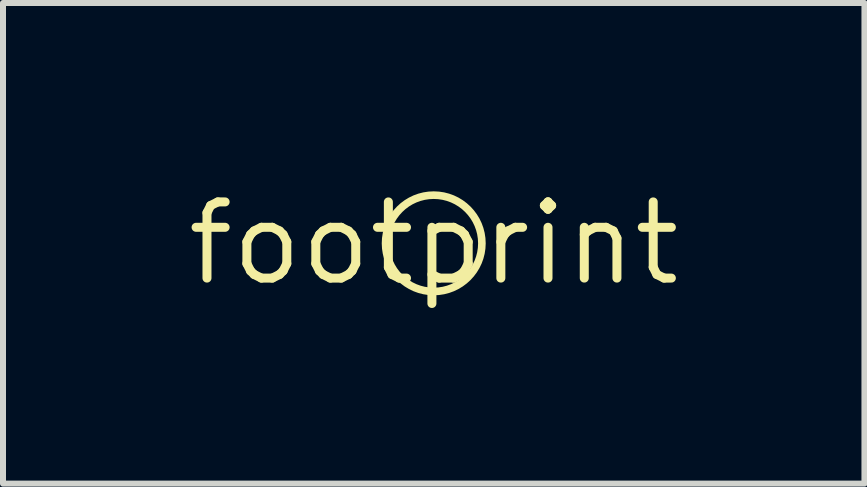
<source format=kicad_pcb>
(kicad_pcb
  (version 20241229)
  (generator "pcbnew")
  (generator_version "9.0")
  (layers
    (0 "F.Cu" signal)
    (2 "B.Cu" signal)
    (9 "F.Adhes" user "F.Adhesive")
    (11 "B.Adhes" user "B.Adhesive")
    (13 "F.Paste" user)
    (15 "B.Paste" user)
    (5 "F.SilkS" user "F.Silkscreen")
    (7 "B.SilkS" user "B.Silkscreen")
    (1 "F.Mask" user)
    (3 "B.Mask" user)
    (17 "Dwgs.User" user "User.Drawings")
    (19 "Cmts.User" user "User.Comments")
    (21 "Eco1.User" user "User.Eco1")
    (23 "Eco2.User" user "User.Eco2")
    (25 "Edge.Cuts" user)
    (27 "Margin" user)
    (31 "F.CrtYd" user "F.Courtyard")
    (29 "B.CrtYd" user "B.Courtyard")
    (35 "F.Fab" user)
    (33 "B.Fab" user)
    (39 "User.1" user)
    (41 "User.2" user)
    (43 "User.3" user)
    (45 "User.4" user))
  (footprint "footprint"
    (layer "F.Cu")
    (at 4.18 1.006)
    (property "Reference" "footprint" (at 0 0 0) (layer "F.SilkS") (effects (font (size 1.27 1.27) (thickness 0.15))))
    (fp_circle (center 0 0) (end 0.803 0) (stroke (width 0.127) (type solid)) (fill no) (layer "F.SilkS")))
  (gr_rect
    (start -3 -3)
    (end 11.36 5.012)
    (stroke (width 0.1) (type default))
    (fill no)
    (layer "Edge.Cuts")))
</source>
